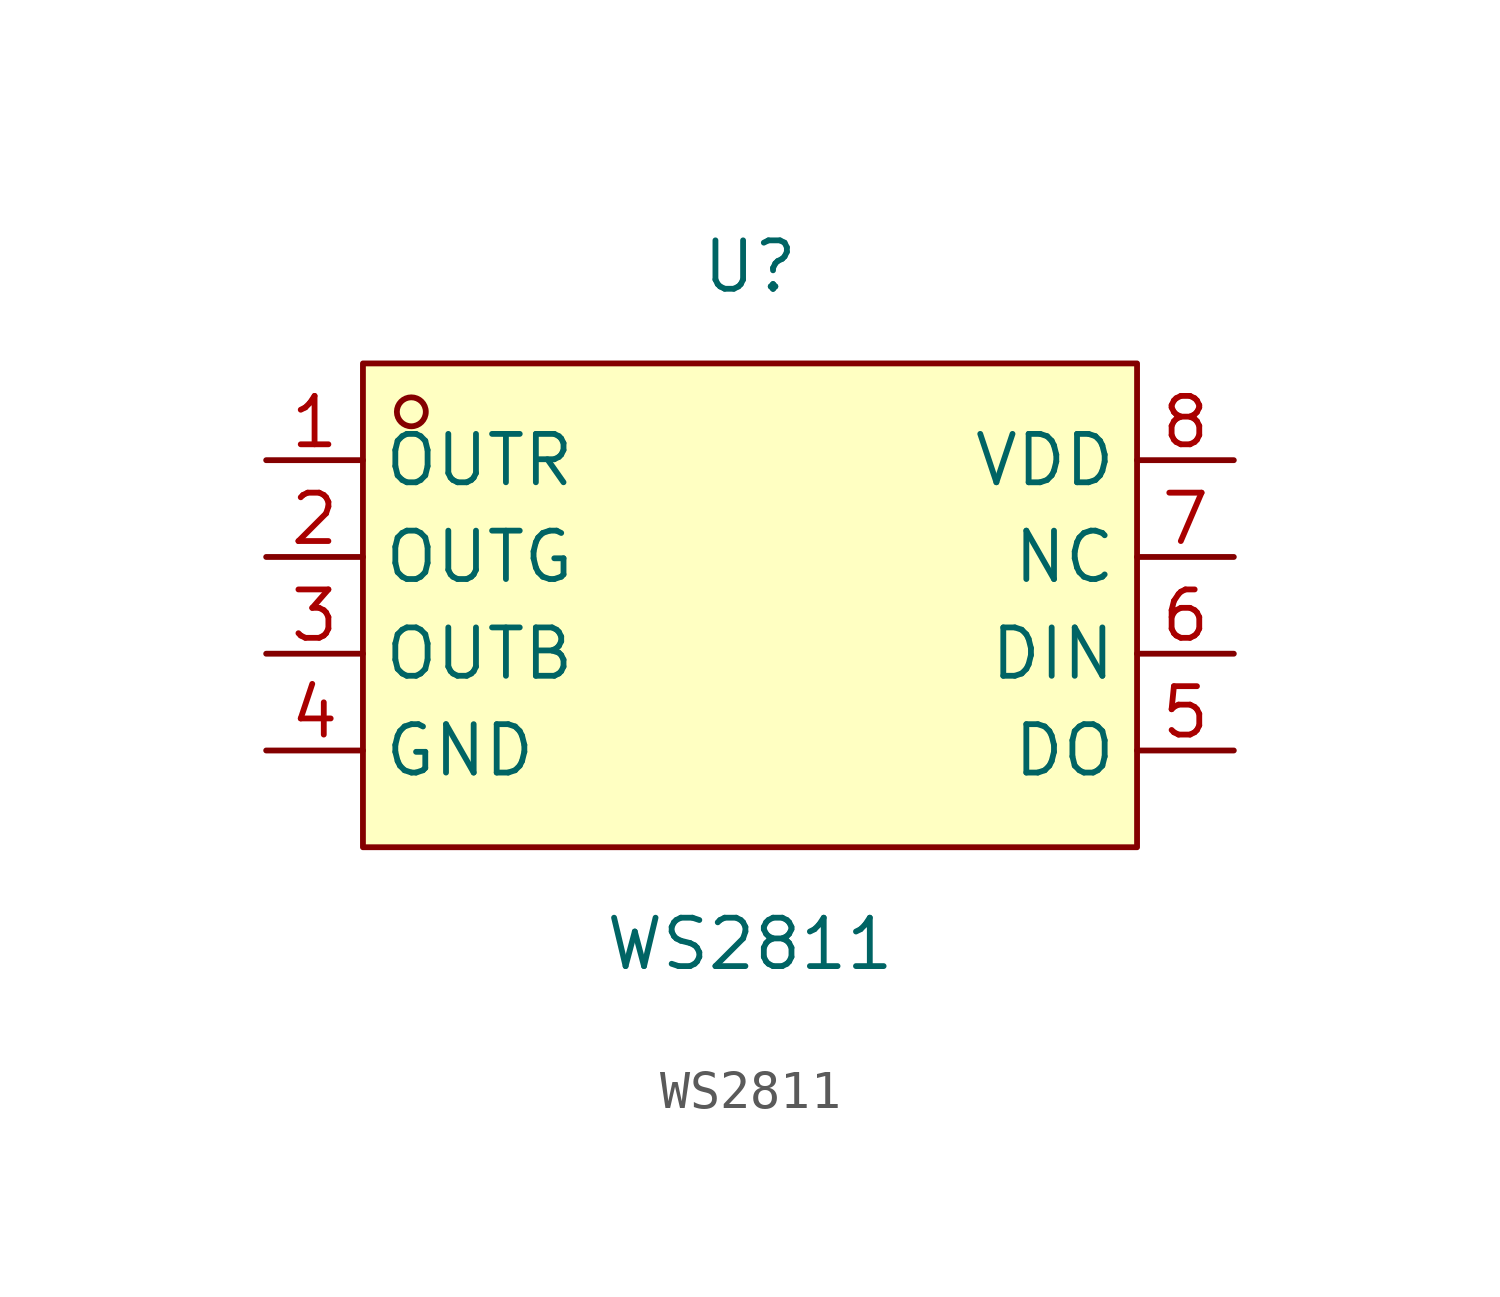
<source format=kicad_sym>
(kicad_symbol_lib
  (version 20241209)
  (generator "kicad_symbol_editor")
  (generator_version "9.0")
  (symbol "WS2811"
    (property "Reference" "U"
      (at 0 8.89 0)
      (effects (font (size 1.27 1.27))))
    (property "Value" "WS2811"
      (at 0 -8.89 0)
      (effects (font (size 1.27 1.27))))
    (symbol "WS2811_0_1"
      (rectangle (start -10.16 6.35) (end 10.16 -6.35) (stroke (width 0) (type default)) (fill (type background)))
      (circle (center -8.89 5.08) (radius 0.38) (stroke (width 0) (type default)) (fill (type none)))
      (pin unspecified line (at -12.7 3.81 0) (length 2.54) (name "OUTR" (effects (font (size 1.27 1.27)))) (number "1" (effects (font (size 1.27 1.27)))))
      (pin unspecified line (at -12.7 1.27 0) (length 2.54) (name "OUTG" (effects (font (size 1.27 1.27)))) (number "2" (effects (font (size 1.27 1.27)))))
      (pin unspecified line (at -12.7 -1.27 0) (length 2.54) (name "OUTB" (effects (font (size 1.27 1.27)))) (number "3" (effects (font (size 1.27 1.27)))))
      (pin unspecified line (at -12.7 -3.81 0) (length 2.54) (name "GND" (effects (font (size 1.27 1.27)))) (number "4" (effects (font (size 1.27 1.27)))))
      (pin unspecified line (at 12.7 3.81 180) (length 2.54) (name "VDD" (effects (font (size 1.27 1.27)))) (number "8" (effects (font (size 1.27 1.27)))))
      (pin unspecified line (at 12.7 1.27 180) (length 2.54) (name "NC" (effects (font (size 1.27 1.27)))) (number "7" (effects (font (size 1.27 1.27)))))
      (pin unspecified line (at 12.7 -1.27 180) (length 2.54) (name "DIN" (effects (font (size 1.27 1.27)))) (number "6" (effects (font (size 1.27 1.27)))))
      (pin unspecified line (at 12.7 -3.81 180) (length 2.54) (name "DO" (effects (font (size 1.27 1.27)))) (number "5" (effects (font (size 1.27 1.27))))))))
</source>
